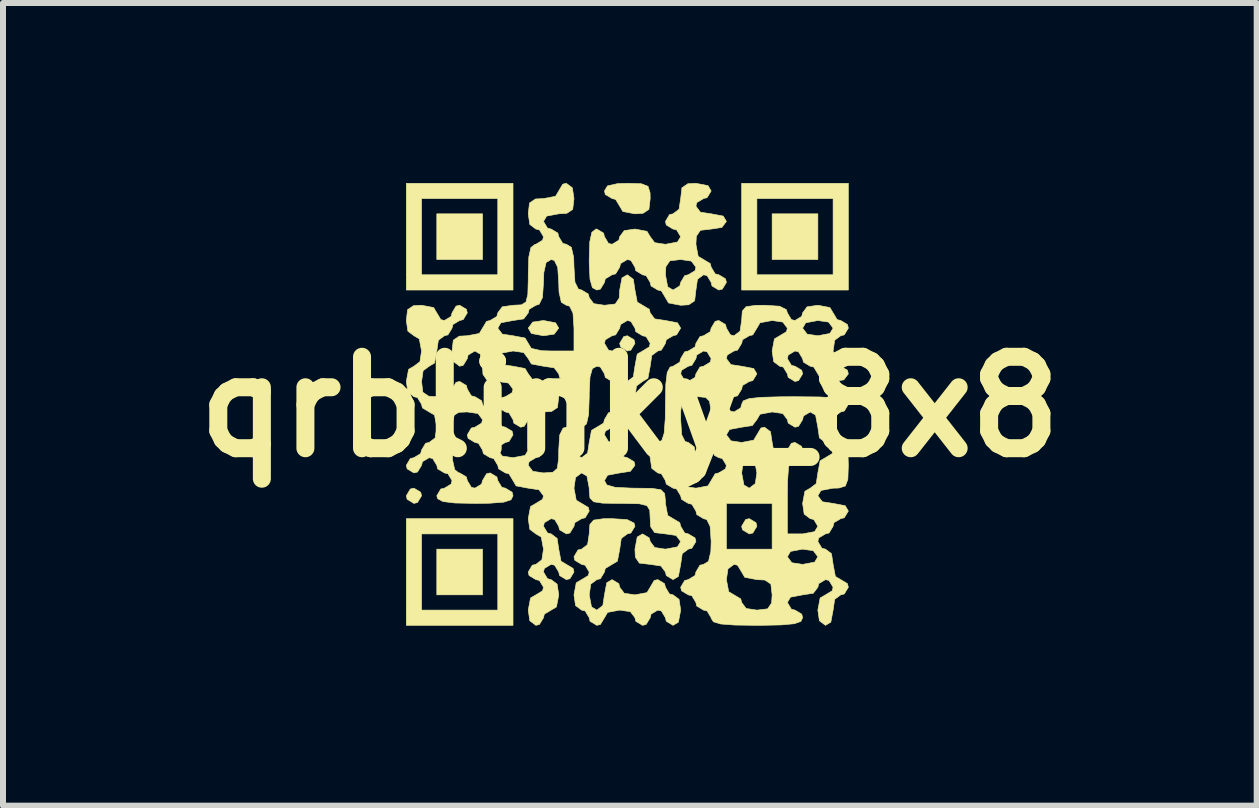
<source format=kicad_pcb>
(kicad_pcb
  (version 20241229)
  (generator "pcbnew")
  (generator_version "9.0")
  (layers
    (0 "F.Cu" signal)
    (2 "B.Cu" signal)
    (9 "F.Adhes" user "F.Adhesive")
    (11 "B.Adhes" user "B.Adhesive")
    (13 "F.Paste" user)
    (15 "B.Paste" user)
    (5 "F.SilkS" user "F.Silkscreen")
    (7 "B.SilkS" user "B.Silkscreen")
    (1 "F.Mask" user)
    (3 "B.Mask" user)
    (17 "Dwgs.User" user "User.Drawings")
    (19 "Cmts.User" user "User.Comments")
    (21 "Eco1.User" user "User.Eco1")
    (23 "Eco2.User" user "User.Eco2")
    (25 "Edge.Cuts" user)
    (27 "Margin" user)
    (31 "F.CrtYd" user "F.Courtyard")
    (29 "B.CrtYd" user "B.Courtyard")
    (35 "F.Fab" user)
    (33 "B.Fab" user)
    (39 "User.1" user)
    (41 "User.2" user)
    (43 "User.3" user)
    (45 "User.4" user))
  (footprint "qrblinky_8x8"
    (layer "F.Cu")
    (at 7.446 3.73)
    (property "Reference" "qrblinky_8x8" (at 0 0 0) (layer "F.SilkS") (effects (font (size 1.524 1.524) (thickness 0.3))))
    (attr through_hole)
    (fp_poly (pts (xy -2.455 -2.455) (xy -3.217 -2.455) (xy -3.217 -3.217) (xy -2.455 -3.217) (xy -2.455 -2.455)) (stroke (width 0.01) (type solid)) (fill yes) (layer "F.SilkS"))
    (fp_poly (pts (xy -2.455 3.133) (xy -3.217 3.133) (xy -3.217 2.371) (xy -2.455 2.371) (xy -2.455 3.133)) (stroke (width 0.01) (type solid)) (fill yes) (layer "F.SilkS"))
    (fp_poly (pts (xy 3.133 -2.455) (xy 2.371 -2.455) (xy 2.371 -3.217) (xy 3.133 -3.217) (xy 3.133 -2.455)) (stroke (width 0.01) (type solid)) (fill yes) (layer "F.SilkS"))
    (fp_poly (pts (xy -3.486 1.422) (xy -3.471 1.482) (xy -3.539 1.594) (xy -3.598 1.609) (xy -3.711 1.541) (xy -3.725 1.482) (xy -3.658 1.369) (xy -3.598 1.355) (xy -3.486 1.422)) (stroke (width 0.01) (type solid)) (fill yes) (layer "F.SilkS"))
    (fp_poly (pts (xy -1.238 -1.401) (xy -1.185 -1.312) (xy -1.261 -1.212) (xy -1.439 -1.185) (xy -1.641 -1.223) (xy -1.693 -1.312) (xy -1.618 -1.413) (xy -1.439 -1.439) (xy -1.238 -1.401)) (stroke (width 0.01) (type solid)) (fill yes) (layer "F.SilkS"))
    (fp_poly (pts (xy 0.07 -1.118) (xy 0.085 -1.058) (xy 0.017 -0.946) (xy -0.042 -0.931) (xy -0.155 -0.999) (xy -0.169 -1.058) (xy -0.102 -1.171) (xy -0.042 -1.185) (xy 0.07 -1.118)) (stroke (width 0.01) (type solid)) (fill yes) (layer "F.SilkS"))
    (fp_poly (pts (xy 2.102 1.93) (xy 2.117 1.99) (xy 2.049 2.102) (xy 1.99 2.117) (xy 1.877 2.049) (xy 1.863 1.99) (xy 1.93 1.877) (xy 1.99 1.863) (xy 2.102 1.93)) (stroke (width 0.01) (type solid)) (fill yes) (layer "F.SilkS"))
    (fp_poly (pts (xy -1.947 -1.947) (xy -3.725 -1.947) (xy -3.725 -3.471) (xy -3.471 -3.471) (xy -3.471 -2.201) (xy -2.201 -2.201) (xy -2.201 -3.471) (xy -3.471 -3.471) (xy -3.725 -3.471) (xy -3.725 -3.725) (xy -1.947 -3.725) (xy -1.947 -1.947)) (stroke (width 0.01) (type solid)) (fill yes) (layer "F.SilkS"))
    (fp_poly (pts (xy -1.947 3.641) (xy -3.725 3.641) (xy -3.725 2.117) (xy -3.471 2.117) (xy -3.471 3.387) (xy -2.201 3.387) (xy -2.201 2.117) (xy -3.471 2.117) (xy -3.725 2.117) (xy -3.725 1.863) (xy -1.947 1.863) (xy -1.947 3.641)) (stroke (width 0.01) (type solid)) (fill yes) (layer "F.SilkS"))
    (fp_poly (pts (xy 3.641 -1.947) (xy 1.863 -1.947) (xy 1.863 -3.471) (xy 2.117 -3.471) (xy 2.117 -2.201) (xy 3.387 -2.201) (xy 3.387 -3.471) (xy 2.117 -3.471) (xy 1.863 -3.471) (xy 1.863 -3.725) (xy 3.641 -3.725) (xy 3.641 -1.947)) (stroke (width 0.01) (type solid)) (fill yes) (layer "F.SilkS"))
    (fp_poly (pts (xy 0.192 -3.718) (xy 0.303 -3.675) (xy 0.337 -3.567) (xy 0.339 -3.471) (xy 0.318 -3.291) (xy 0.219 -3.225) (xy 0.085 -3.217) (xy -0.117 -3.255) (xy -0.169 -3.344) (xy -0.237 -3.457) (xy -0.296 -3.471) (xy -0.409 -3.539) (xy -0.423 -3.598) (xy -0.373 -3.682) (xy -0.204 -3.72) (xy -0.042 -3.725) (xy 0.192 -3.718)) (stroke (width 0.01) (type solid)) (fill yes) (layer "F.SilkS"))
    (fp_poly (pts (xy -0.045 1.879) (xy 0.069 1.936) (xy 0.085 1.99) (xy 0.017 2.102) (xy -0.042 2.117) (xy -0.143 2.192) (xy -0.169 2.371) (xy -0.207 2.572) (xy -0.296 2.625) (xy -0.409 2.692) (xy -0.423 2.752) (xy -0.491 2.864) (xy -0.55 2.879) (xy -0.651 2.954) (xy -0.677 3.133) (xy -0.639 3.334) (xy -0.55 3.387) (xy -0.45 3.311) (xy -0.423 3.133) (xy -0.385 2.931) (xy -0.296 2.879) (xy -0.184 2.946) (xy -0.169 3.006) (xy -0.094 3.106) (xy 0.085 3.133) (xy 0.286 3.095) (xy 0.339 3.006) (xy 0.406 2.893) (xy 0.466 2.879) (xy 0.578 2.946) (xy 0.593 3.006) (xy 0.66 3.118) (xy 0.72 3.133) (xy 0.82 3.208) (xy 0.847 3.387) (xy 0.809 3.588) (xy 0.72 3.641) (xy 0.607 3.573) (xy 0.593 3.514) (xy 0.525 3.401) (xy 0.466 3.387) (xy 0.353 3.454) (xy 0.339 3.514) (xy 0.271 3.626) (xy 0.212 3.641) (xy 0.099 3.573) (xy 0.085 3.514) (xy 0.009 3.413) (xy -0.169 3.387) (xy -0.371 3.425) (xy -0.423 3.514) (xy -0.491 3.626) (xy -0.55 3.641) (xy -0.663 3.573) (xy -0.677 3.514) (xy -0.745 3.401) (xy -0.804 3.387) (xy -0.905 3.311) (xy -0.931 3.133) (xy -0.893 2.931) (xy -0.804 2.879) (xy -0.692 2.811) (xy -0.677 2.752) (xy -0.745 2.639) (xy -0.804 2.625) (xy -0.917 2.557) (xy -0.931 2.498) (xy -0.864 2.385) (xy -0.804 2.371) (xy -0.704 2.295) (xy -0.677 2.117) (xy -0.666 1.96) (xy -0.603 1.887) (xy -0.44 1.864) (xy -0.296 1.863) (xy -0.045 1.879)) (stroke (width 0.01) (type solid)) (fill yes) (layer "F.SilkS"))
    (fp_poly (pts (xy 1.302 -3.687) (xy 1.355 -3.598) (xy 1.287 -3.486) (xy 1.228 -3.471) (xy 1.115 -3.404) (xy 1.101 -3.344) (xy 1.176 -3.244) (xy 1.355 -3.217) (xy 1.556 -3.179) (xy 1.609 -3.09) (xy 1.533 -2.99) (xy 1.355 -2.963) (xy 1.175 -2.942) (xy 1.108 -2.843) (xy 1.101 -2.709) (xy 1.139 -2.508) (xy 1.228 -2.455) (xy 1.34 -2.388) (xy 1.355 -2.328) (xy 1.422 -2.216) (xy 1.482 -2.201) (xy 1.594 -2.134) (xy 1.609 -2.074) (xy 1.541 -1.962) (xy 1.482 -1.947) (xy 1.369 -2.015) (xy 1.355 -2.074) (xy 1.287 -2.187) (xy 1.228 -2.201) (xy 1.127 -2.126) (xy 1.101 -1.947) (xy 1.08 -1.767) (xy 0.981 -1.701) (xy 0.847 -1.693) (xy 0.645 -1.731) (xy 0.593 -1.82) (xy 0.525 -1.933) (xy 0.466 -1.947) (xy 0.353 -2.015) (xy 0.339 -2.074) (xy 0.271 -2.187) (xy 0.212 -2.201) (xy 0.593 -2.201) (xy 0.631 -2) (xy 0.72 -1.947) (xy 0.832 -2.015) (xy 0.847 -2.074) (xy 0.914 -2.187) (xy 0.974 -2.201) (xy 1.086 -2.269) (xy 1.101 -2.328) (xy 1.025 -2.429) (xy 0.847 -2.455) (xy 0.667 -2.434) (xy 0.6 -2.335) (xy 0.593 -2.201) (xy 0.212 -2.201) (xy 0.099 -2.269) (xy 0.085 -2.328) (xy 0.017 -2.441) (xy -0.042 -2.455) (xy -0.155 -2.388) (xy -0.169 -2.328) (xy -0.237 -2.216) (xy -0.296 -2.201) (xy -0.409 -2.134) (xy -0.423 -2.074) (xy -0.491 -1.962) (xy -0.55 -1.947) (xy -0.624 -1.986) (xy -0.664 -2.125) (xy -0.677 -2.394) (xy -0.677 -2.455) (xy -0.668 -2.75) (xy -0.633 -2.909) (xy -0.566 -2.962) (xy -0.55 -2.963) (xy -0.438 -2.896) (xy -0.423 -2.836) (xy -0.356 -2.724) (xy -0.296 -2.709) (xy -0.184 -2.777) (xy -0.169 -2.836) (xy -0.094 -2.937) (xy 0.085 -2.963) (xy 0.286 -2.925) (xy 0.339 -2.836) (xy 0.414 -2.736) (xy 0.593 -2.709) (xy 0.794 -2.747) (xy 0.847 -2.836) (xy 0.779 -2.949) (xy 0.72 -2.963) (xy 0.607 -3.031) (xy 0.593 -3.09) (xy 0.66 -3.203) (xy 0.72 -3.217) (xy 0.82 -3.293) (xy 0.847 -3.471) (xy 0.868 -3.651) (xy 0.967 -3.718) (xy 1.101 -3.725) (xy 1.302 -3.687)) (stroke (width 0.01) (type solid)) (fill yes) (layer "F.SilkS"))
    (fp_poly (pts (xy 3.334 -1.655) (xy 3.387 -1.566) (xy 3.454 -1.454) (xy 3.514 -1.439) (xy 3.626 -1.372) (xy 3.641 -1.312) (xy 3.573 -1.2) (xy 3.514 -1.185) (xy 3.413 -1.11) (xy 3.387 -0.931) (xy 3.425 -0.73) (xy 3.514 -0.677) (xy 3.626 -0.61) (xy 3.641 -0.55) (xy 3.565 -0.45) (xy 3.387 -0.423) (xy 3.185 -0.461) (xy 3.133 -0.55) (xy 3.065 -0.663) (xy 3.006 -0.677) (xy 2.893 -0.745) (xy 2.879 -0.804) (xy 2.811 -0.917) (xy 2.752 -0.931) (xy 2.639 -0.864) (xy 2.625 -0.804) (xy 2.692 -0.692) (xy 2.752 -0.677) (xy 2.864 -0.61) (xy 2.879 -0.55) (xy 2.811 -0.438) (xy 2.752 -0.423) (xy 2.639 -0.491) (xy 2.625 -0.55) (xy 2.557 -0.663) (xy 2.498 -0.677) (xy 2.397 -0.753) (xy 2.371 -0.931) (xy 2.409 -1.133) (xy 2.498 -1.185) (xy 2.61 -1.253) (xy 2.625 -1.312) (xy 2.879 -1.312) (xy 2.954 -1.212) (xy 3.133 -1.185) (xy 3.334 -1.223) (xy 3.387 -1.312) (xy 3.311 -1.413) (xy 3.133 -1.439) (xy 2.931 -1.401) (xy 2.879 -1.312) (xy 2.625 -1.312) (xy 2.549 -1.413) (xy 2.371 -1.439) (xy 2.169 -1.401) (xy 2.117 -1.312) (xy 2.049 -1.2) (xy 1.99 -1.185) (xy 1.877 -1.118) (xy 1.863 -1.058) (xy 1.795 -0.946) (xy 1.736 -0.931) (xy 1.623 -0.864) (xy 1.609 -0.804) (xy 1.684 -0.704) (xy 1.863 -0.677) (xy 2.064 -0.639) (xy 2.117 -0.55) (xy 2.049 -0.438) (xy 1.99 -0.423) (xy 1.877 -0.356) (xy 1.863 -0.296) (xy 1.795 -0.184) (xy 1.736 -0.169) (xy 1.623 -0.102) (xy 1.609 -0.042) (xy 1.676 0.07) (xy 1.736 0.085) (xy 1.848 0.017) (xy 1.863 -0.042) (xy 1.89 -0.1) (xy 1.99 -0.138) (xy 2.19 -0.159) (xy 2.517 -0.168) (xy 2.752 -0.169) (xy 3.158 -0.165) (xy 3.422 -0.151) (xy 3.571 -0.123) (xy 3.634 -0.076) (xy 3.641 -0.042) (xy 3.573 0.07) (xy 3.514 0.085) (xy 3.413 0.16) (xy 3.387 0.339) (xy 3.425 0.54) (xy 3.514 0.593) (xy 3.597 0.643) (xy 3.636 0.812) (xy 3.641 0.974) (xy 3.633 1.208) (xy 3.591 1.319) (xy 3.482 1.353) (xy 3.387 1.355) (xy 3.185 1.393) (xy 3.133 1.482) (xy 3.208 1.582) (xy 3.387 1.609) (xy 3.588 1.647) (xy 3.641 1.736) (xy 3.573 1.848) (xy 3.514 1.863) (xy 3.401 1.93) (xy 3.387 1.99) (xy 3.319 2.102) (xy 3.26 2.117) (xy 3.147 2.184) (xy 3.133 2.244) (xy 3.2 2.356) (xy 3.26 2.371) (xy 3.36 2.446) (xy 3.387 2.625) (xy 3.425 2.826) (xy 3.514 2.879) (xy 3.626 2.946) (xy 3.641 3.006) (xy 3.573 3.118) (xy 3.514 3.133) (xy 3.413 3.208) (xy 3.387 3.387) (xy 3.349 3.588) (xy 3.26 3.641) (xy 3.159 3.565) (xy 3.133 3.387) (xy 3.171 3.185) (xy 3.26 3.133) (xy 3.372 3.065) (xy 3.387 3.006) (xy 3.319 2.893) (xy 3.26 2.879) (xy 3.147 2.946) (xy 3.133 3.006) (xy 3.057 3.106) (xy 2.879 3.133) (xy 2.677 3.171) (xy 2.625 3.26) (xy 2.692 3.372) (xy 2.752 3.387) (xy 2.864 3.454) (xy 2.879 3.514) (xy 2.849 3.576) (xy 2.741 3.614) (xy 2.525 3.634) (xy 2.172 3.641) (xy 2.117 3.641) (xy 1.745 3.636) (xy 1.513 3.618) (xy 1.393 3.582) (xy 1.355 3.523) (xy 1.355 3.514) (xy 1.287 3.401) (xy 1.228 3.387) (xy 1.115 3.319) (xy 1.101 3.26) (xy 1.033 3.147) (xy 0.974 3.133) (xy 0.861 3.065) (xy 0.847 3.006) (xy 0.914 2.893) (xy 0.974 2.879) (xy 1.609 2.879) (xy 1.647 3.08) (xy 1.736 3.133) (xy 1.848 3.2) (xy 1.863 3.26) (xy 1.938 3.36) (xy 2.117 3.387) (xy 2.297 3.366) (xy 2.363 3.267) (xy 2.371 3.133) (xy 2.35 2.953) (xy 2.251 2.886) (xy 2.117 2.879) (xy 1.915 2.841) (xy 1.863 2.752) (xy 1.795 2.639) (xy 1.736 2.625) (xy 1.635 2.7) (xy 1.609 2.879) (xy 0.974 2.879) (xy 1.086 2.811) (xy 1.101 2.752) (xy 1.168 2.639) (xy 1.228 2.625) (xy 1.311 2.575) (xy 1.329 2.498) (xy 2.625 2.498) (xy 2.7 2.598) (xy 2.879 2.625) (xy 3.08 2.587) (xy 3.133 2.498) (xy 3.057 2.397) (xy 2.879 2.371) (xy 2.677 2.409) (xy 2.625 2.498) (xy 1.329 2.498) (xy 1.35 2.405) (xy 1.355 2.244) (xy 1.338 1.993) (xy 1.282 1.878) (xy 1.228 1.863) (xy 1.115 1.795) (xy 1.101 1.736) (xy 1.033 1.623) (xy 0.974 1.609) (xy 1.609 1.609) (xy 1.609 2.371) (xy 2.371 2.371) (xy 2.371 1.609) (xy 1.609 1.609) (xy 0.974 1.609) (xy 0.861 1.541) (xy 0.847 1.482) (xy 0.779 1.369) (xy 0.72 1.355) (xy 0.607 1.287) (xy 0.593 1.228) (xy 0.525 1.115) (xy 0.466 1.101) (xy 0.365 1.025) (xy 0.339 0.847) (xy 0.301 0.645) (xy 0.212 0.593) (xy 0.099 0.525) (xy 0.085 0.466) (xy 0.152 0.353) (xy 0.212 0.339) (xy 0.324 0.406) (xy 0.339 0.466) (xy 0.406 0.578) (xy 0.466 0.593) (xy 0.533 0.559) (xy 0.572 0.439) (xy 0.589 0.212) (xy 0.847 0.212) (xy 0.863 0.463) (xy 0.92 0.577) (xy 0.974 0.593) (xy 1.074 0.668) (xy 1.101 0.847) (xy 1.063 1.048) (xy 0.974 1.101) (xy 0.861 1.168) (xy 0.847 1.228) (xy 0.922 1.328) (xy 1.101 1.355) (xy 1.302 1.317) (xy 1.355 1.228) (xy 1.422 1.115) (xy 1.482 1.101) (xy 1.863 1.101) (xy 1.901 1.302) (xy 1.99 1.355) (xy 2.09 1.279) (xy 2.117 1.101) (xy 2.079 0.899) (xy 1.99 0.847) (xy 1.889 0.922) (xy 1.863 1.101) (xy 1.482 1.101) (xy 1.594 1.033) (xy 1.609 0.974) (xy 1.541 0.861) (xy 1.482 0.847) (xy 1.408 0.808) (xy 1.368 0.669) (xy 1.358 0.466) (xy 1.609 0.466) (xy 1.684 0.566) (xy 1.863 0.593) (xy 2.064 0.555) (xy 2.117 0.466) (xy 2.184 0.353) (xy 2.244 0.339) (xy 2.344 0.414) (xy 2.371 0.593) (xy 2.409 0.794) (xy 2.498 0.847) (xy 2.61 0.779) (xy 2.625 0.72) (xy 2.692 0.607) (xy 2.752 0.593) (xy 2.864 0.66) (xy 2.879 0.72) (xy 2.811 0.832) (xy 2.752 0.847) (xy 2.685 0.88) (xy 2.645 1) (xy 2.628 1.238) (xy 2.625 1.482) (xy 2.625 2.117) (xy 2.879 2.117) (xy 3.08 2.079) (xy 3.133 1.99) (xy 3.065 1.877) (xy 3.006 1.863) (xy 2.905 1.787) (xy 2.879 1.609) (xy 2.917 1.407) (xy 3.006 1.355) (xy 3.106 1.279) (xy 3.133 1.101) (xy 3.171 0.899) (xy 3.26 0.847) (xy 3.372 0.779) (xy 3.387 0.72) (xy 3.319 0.607) (xy 3.26 0.593) (xy 3.159 0.517) (xy 3.133 0.339) (xy 3.095 0.137) (xy 3.006 0.085) (xy 2.893 0.152) (xy 2.879 0.212) (xy 2.811 0.324) (xy 2.752 0.339) (xy 2.639 0.271) (xy 2.625 0.212) (xy 2.549 0.111) (xy 2.371 0.085) (xy 2.169 0.123) (xy 2.117 0.212) (xy 2.041 0.312) (xy 1.863 0.339) (xy 1.661 0.377) (xy 1.609 0.466) (xy 1.358 0.466) (xy 1.355 0.4) (xy 1.355 0.339) (xy 1.351 0.057) (xy 1.328 -0.094) (xy 1.265 -0.157) (xy 1.142 -0.169) (xy 1.101 -0.169) (xy 0.944 -0.158) (xy 0.871 -0.095) (xy 0.848 0.068) (xy 0.847 0.212) (xy 0.589 0.212) (xy 0.59 0.201) (xy 0.593 -0.042) (xy 0.599 -0.377) (xy 0.62 -0.55) (xy 0.847 -0.55) (xy 0.914 -0.438) (xy 0.974 -0.423) (xy 1.086 -0.491) (xy 1.101 -0.55) (xy 1.168 -0.663) (xy 1.228 -0.677) (xy 1.34 -0.745) (xy 1.355 -0.804) (xy 1.287 -0.917) (xy 1.228 -0.931) (xy 1.115 -0.864) (xy 1.101 -0.804) (xy 1.033 -0.692) (xy 0.974 -0.677) (xy 0.861 -0.61) (xy 0.847 -0.55) (xy 0.62 -0.55) (xy 0.623 -0.574) (xy 0.671 -0.663) (xy 0.72 -0.677) (xy 0.832 -0.745) (xy 0.847 -0.804) (xy 0.914 -0.917) (xy 0.974 -0.931) (xy 1.086 -0.999) (xy 1.101 -1.058) (xy 1.168 -1.171) (xy 1.228 -1.185) (xy 1.34 -1.253) (xy 1.355 -1.312) (xy 1.422 -1.425) (xy 1.482 -1.439) (xy 1.594 -1.372) (xy 1.609 -1.312) (xy 1.676 -1.2) (xy 1.736 -1.185) (xy 1.836 -1.261) (xy 1.863 -1.439) (xy 1.874 -1.596) (xy 1.937 -1.669) (xy 2.1 -1.692) (xy 2.244 -1.693) (xy 2.495 -1.677) (xy 2.609 -1.62) (xy 2.625 -1.566) (xy 2.692 -1.454) (xy 2.752 -1.439) (xy 2.864 -1.507) (xy 2.879 -1.566) (xy 2.954 -1.667) (xy 3.133 -1.693) (xy 3.334 -1.655)) (stroke (width 0.01) (type solid)) (fill yes) (layer "F.SilkS"))
    (fp_poly (pts (xy -0.958 -3.65) (xy -0.931 -3.471) (xy -0.952 -3.291) (xy -1.051 -3.225) (xy -1.185 -3.217) (xy -1.387 -3.179) (xy -1.439 -3.09) (xy -1.372 -2.978) (xy -1.312 -2.963) (xy -1.2 -2.896) (xy -1.185 -2.836) (xy -1.118 -2.724) (xy -1.058 -2.709) (xy -0.975 -2.659) (xy -0.936 -2.49) (xy -0.931 -2.328) (xy -0.915 -2.077) (xy -0.858 -1.963) (xy -0.804 -1.947) (xy -0.692 -1.88) (xy -0.677 -1.82) (xy -0.602 -1.72) (xy -0.423 -1.693) (xy -0.243 -1.714) (xy -0.177 -1.813) (xy -0.169 -1.947) (xy -0.131 -2.149) (xy -0.042 -2.201) (xy 0.058 -2.126) (xy 0.085 -1.947) (xy 0.123 -1.746) (xy 0.212 -1.693) (xy 0.324 -1.626) (xy 0.339 -1.566) (xy 0.414 -1.466) (xy 0.593 -1.439) (xy 0.794 -1.401) (xy 0.847 -1.312) (xy 0.779 -1.2) (xy 0.72 -1.185) (xy 0.607 -1.118) (xy 0.593 -1.058) (xy 0.525 -0.946) (xy 0.466 -0.931) (xy 0.365 -0.856) (xy 0.339 -0.677) (xy 0.301 -0.476) (xy 0.212 -0.423) (xy 0.111 -0.348) (xy 0.085 -0.169) (xy 0.047 0.032) (xy -0.042 0.085) (xy -0.155 0.152) (xy -0.169 0.212) (xy -0.237 0.324) (xy -0.296 0.339) (xy -0.409 0.406) (xy -0.423 0.466) (xy -0.356 0.578) (xy -0.296 0.593) (xy -0.184 0.66) (xy -0.169 0.72) (xy -0.102 0.832) (xy -0.042 0.847) (xy 0.07 0.914) (xy 0.085 0.974) (xy 0.009 1.074) (xy -0.169 1.101) (xy -0.371 1.139) (xy -0.423 1.228) (xy -0.384 1.301) (xy -0.246 1.341) (xy 0.023 1.354) (xy 0.085 1.355) (xy 0.366 1.358) (xy 0.518 1.381) (xy 0.58 1.444) (xy 0.593 1.568) (xy 0.593 1.609) (xy 0.631 1.81) (xy 0.72 1.863) (xy 0.832 1.93) (xy 0.847 1.99) (xy 0.914 2.102) (xy 0.974 2.117) (xy 1.086 2.184) (xy 1.101 2.244) (xy 1.033 2.356) (xy 0.974 2.371) (xy 0.873 2.446) (xy 0.847 2.625) (xy 0.809 2.826) (xy 0.72 2.879) (xy 0.607 2.811) (xy 0.593 2.752) (xy 0.517 2.651) (xy 0.339 2.625) (xy 0.159 2.604) (xy 0.092 2.505) (xy 0.085 2.371) (xy 0.123 2.169) (xy 0.212 2.117) (xy 0.324 2.184) (xy 0.339 2.244) (xy 0.414 2.344) (xy 0.593 2.371) (xy 0.794 2.333) (xy 0.847 2.244) (xy 0.771 2.143) (xy 0.593 2.117) (xy 0.413 2.096) (xy 0.346 1.997) (xy 0.339 1.863) (xy 0.332 1.722) (xy 0.285 1.646) (xy 0.159 1.615) (xy -0.087 1.609) (xy -0.169 1.609) (xy -0.451 1.605) (xy -0.602 1.582) (xy -0.665 1.519) (xy -0.677 1.396) (xy -0.677 1.355) (xy -0.715 1.153) (xy -0.804 1.101) (xy -0.905 1.176) (xy -0.931 1.355) (xy -0.893 1.556) (xy -0.804 1.609) (xy -0.692 1.676) (xy -0.677 1.736) (xy -0.745 1.848) (xy -0.804 1.863) (xy -0.917 1.93) (xy -0.931 1.99) (xy -0.999 2.102) (xy -1.058 2.117) (xy -1.171 2.049) (xy -1.185 1.99) (xy -1.253 1.877) (xy -1.312 1.863) (xy -1.425 1.93) (xy -1.439 1.99) (xy -1.372 2.102) (xy -1.312 2.117) (xy -1.212 2.192) (xy -1.185 2.371) (xy -1.147 2.572) (xy -1.058 2.625) (xy -0.946 2.692) (xy -0.931 2.752) (xy -0.999 2.864) (xy -1.058 2.879) (xy -1.171 2.811) (xy -1.185 2.752) (xy -1.253 2.639) (xy -1.312 2.625) (xy -1.425 2.692) (xy -1.439 2.752) (xy -1.372 2.864) (xy -1.312 2.879) (xy -1.212 2.954) (xy -1.185 3.133) (xy -1.223 3.334) (xy -1.312 3.387) (xy -1.425 3.454) (xy -1.439 3.514) (xy -1.507 3.626) (xy -1.566 3.641) (xy -1.667 3.565) (xy -1.693 3.387) (xy -1.655 3.185) (xy -1.566 3.133) (xy -1.454 3.065) (xy -1.439 3.006) (xy -1.507 2.893) (xy -1.566 2.879) (xy -1.679 2.811) (xy -1.693 2.752) (xy -1.626 2.639) (xy -1.566 2.625) (xy -1.466 2.549) (xy -1.439 2.371) (xy -1.477 2.169) (xy -1.566 2.117) (xy -1.667 2.041) (xy -1.693 1.863) (xy -1.655 1.661) (xy -1.566 1.609) (xy -1.454 1.541) (xy -1.439 1.482) (xy -1.515 1.381) (xy -1.693 1.355) (xy -1.895 1.317) (xy -1.947 1.228) (xy -2.015 1.115) (xy -2.074 1.101) (xy -2.187 1.033) (xy -2.201 0.974) (xy -2.269 0.861) (xy -2.328 0.847) (xy -2.441 0.779) (xy -2.455 0.72) (xy -2.523 0.607) (xy -2.582 0.593) (xy -2.695 0.525) (xy -2.709 0.466) (xy -2.642 0.353) (xy -2.582 0.339) (xy -2.47 0.271) (xy -2.455 0.212) (xy -2.531 0.111) (xy -2.709 0.085) (xy -2.85 0.091) (xy -2.926 0.138) (xy -2.957 0.264) (xy -2.963 0.51) (xy -2.963 0.593) (xy -2.954 0.888) (xy -2.919 1.046) (xy -2.852 1.1) (xy -2.836 1.101) (xy -2.724 1.168) (xy -2.709 1.228) (xy -2.642 1.34) (xy -2.582 1.355) (xy -2.47 1.287) (xy -2.455 1.228) (xy -2.388 1.115) (xy -2.328 1.101) (xy -2.216 1.168) (xy -2.201 1.228) (xy -2.134 1.34) (xy -2.074 1.355) (xy -1.962 1.422) (xy -1.947 1.482) (xy -1.981 1.549) (xy -2.101 1.588) (xy -2.339 1.606) (xy -2.582 1.609) (xy -2.917 1.602) (xy -3.114 1.578) (xy -3.203 1.53) (xy -3.217 1.482) (xy -3.15 1.369) (xy -3.09 1.355) (xy -2.978 1.287) (xy -2.963 1.228) (xy -3.031 1.115) (xy -3.09 1.101) (xy -3.203 1.033) (xy -3.217 0.974) (xy -3.285 0.861) (xy -3.344 0.847) (xy -3.457 0.914) (xy -3.471 0.974) (xy -3.539 1.086) (xy -3.598 1.101) (xy -3.711 1.033) (xy -3.725 0.974) (xy -3.658 0.861) (xy -3.598 0.847) (xy -3.486 0.779) (xy -3.471 0.72) (xy -3.404 0.607) (xy -3.344 0.593) (xy -3.244 0.517) (xy -3.217 0.339) (xy -3.255 0.137) (xy -3.344 0.085) (xy -3.457 0.017) (xy -3.471 -0.042) (xy -3.539 -0.155) (xy -3.598 -0.169) (xy -3.699 -0.245) (xy -3.725 -0.423) (xy -3.687 -0.625) (xy -3.598 -0.677) (xy -3.498 -0.753) (xy -3.471 -0.931) (xy -3.509 -1.133) (xy -3.598 -1.185) (xy -3.699 -1.261) (xy -3.725 -1.439) (xy -3.704 -1.619) (xy -3.605 -1.686) (xy -3.471 -1.693) (xy -3.27 -1.655) (xy -3.217 -1.566) (xy -3.15 -1.454) (xy -3.09 -1.439) (xy -2.978 -1.507) (xy -2.963 -1.566) (xy -2.896 -1.679) (xy -2.836 -1.693) (xy -2.724 -1.626) (xy -2.709 -1.566) (xy -2.777 -1.454) (xy -2.836 -1.439) (xy -2.949 -1.372) (xy -2.963 -1.312) (xy -3.031 -1.2) (xy -3.09 -1.185) (xy -3.191 -1.11) (xy -3.217 -0.931) (xy -3.255 -0.73) (xy -3.344 -0.677) (xy -3.445 -0.602) (xy -3.471 -0.423) (xy -3.45 -0.243) (xy -3.351 -0.177) (xy -3.217 -0.169) (xy -3.016 -0.207) (xy -2.963 -0.296) (xy -2.896 -0.409) (xy -2.836 -0.423) (xy -2.724 -0.356) (xy -2.709 -0.296) (xy -2.642 -0.184) (xy -2.582 -0.169) (xy -2.47 -0.102) (xy -2.455 -0.042) (xy -2.388 0.07) (xy -2.328 0.085) (xy -2.216 0.152) (xy -2.201 0.212) (xy -2.134 0.324) (xy -2.074 0.339) (xy -1.962 0.406) (xy -1.947 0.466) (xy -2.015 0.578) (xy -2.074 0.593) (xy -2.187 0.66) (xy -2.201 0.72) (xy -2.126 0.82) (xy -1.947 0.847) (xy -1.746 0.809) (xy -1.693 0.72) (xy -1.626 0.607) (xy -1.566 0.593) (xy -1.454 0.66) (xy -1.439 0.72) (xy -1.507 0.832) (xy -1.566 0.847) (xy -1.679 0.914) (xy -1.693 0.974) (xy -1.618 1.074) (xy -1.439 1.101) (xy -1.283 1.09) (xy -1.209 1.026) (xy -1.187 0.863) (xy -1.185 0.72) (xy -1.177 0.593) (xy -0.931 0.593) (xy -0.893 0.794) (xy -0.804 0.847) (xy -0.704 0.771) (xy -0.677 0.593) (xy -0.639 0.391) (xy -0.55 0.339) (xy -0.438 0.271) (xy -0.423 0.212) (xy -0.356 0.099) (xy -0.296 0.085) (xy -0.196 0.009) (xy -0.169 -0.169) (xy -0.131 -0.371) (xy -0.042 -0.423) (xy 0.058 -0.499) (xy 0.085 -0.677) (xy 0.123 -0.879) (xy 0.212 -0.931) (xy 0.324 -0.999) (xy 0.339 -1.058) (xy 0.271 -1.171) (xy 0.212 -1.185) (xy 0.099 -1.253) (xy 0.085 -1.312) (xy 0.017 -1.425) (xy -0.042 -1.439) (xy -0.155 -1.372) (xy -0.169 -1.312) (xy -0.237 -1.2) (xy -0.296 -1.185) (xy -0.409 -1.118) (xy -0.423 -1.058) (xy -0.356 -0.946) (xy -0.296 -0.931) (xy -0.196 -0.856) (xy -0.169 -0.677) (xy -0.207 -0.476) (xy -0.296 -0.423) (xy -0.409 -0.491) (xy -0.423 -0.55) (xy -0.491 -0.663) (xy -0.55 -0.677) (xy -0.624 -0.638) (xy -0.664 -0.5) (xy -0.677 -0.231) (xy -0.677 -0.169) (xy -0.687 0.126) (xy -0.722 0.284) (xy -0.789 0.338) (xy -0.804 0.339) (xy -0.905 0.414) (xy -0.931 0.593) (xy -1.177 0.593) (xy -1.169 0.469) (xy -1.112 0.354) (xy -1.058 0.339) (xy -0.975 0.289) (xy -0.936 0.119) (xy -0.931 -0.042) (xy -0.948 -0.293) (xy -1.004 -0.408) (xy -1.058 -0.423) (xy -1.171 -0.491) (xy -1.185 -0.55) (xy -1.261 -0.651) (xy -1.439 -0.677) (xy -1.641 -0.715) (xy -1.693 -0.804) (xy -1.769 -0.905) (xy -1.947 -0.931) (xy -2.149 -0.893) (xy -2.201 -0.804) (xy -2.126 -0.704) (xy -1.947 -0.677) (xy -1.746 -0.639) (xy -1.693 -0.55) (xy -1.618 -0.45) (xy -1.439 -0.423) (xy -1.259 -0.402) (xy -1.193 -0.303) (xy -1.185 -0.169) (xy -1.206 0.011) (xy -1.305 0.077) (xy -1.439 0.085) (xy -1.641 0.123) (xy -1.693 0.212) (xy -1.761 0.324) (xy -1.82 0.339) (xy -1.933 0.271) (xy -1.947 0.212) (xy -2.015 0.099) (xy -2.074 0.085) (xy -2.187 0.017) (xy -2.201 -0.042) (xy -2.134 -0.155) (xy -2.074 -0.169) (xy -1.962 -0.237) (xy -1.947 -0.296) (xy -2.023 -0.397) (xy -2.201 -0.423) (xy -2.381 -0.444) (xy -2.448 -0.543) (xy -2.455 -0.677) (xy -2.493 -0.879) (xy -2.582 -0.931) (xy -2.695 -0.864) (xy -2.709 -0.804) (xy -2.777 -0.692) (xy -2.836 -0.677) (xy -2.937 -0.753) (xy -2.963 -0.931) (xy -2.942 -1.111) (xy -2.843 -1.178) (xy -2.709 -1.185) (xy -2.508 -1.223) (xy -2.455 -1.312) (xy -2.201 -1.312) (xy -2.126 -1.212) (xy -1.947 -1.185) (xy -1.746 -1.147) (xy -1.693 -1.058) (xy -1.643 -0.975) (xy -1.474 -0.936) (xy -1.312 -0.931) (xy -0.931 -0.931) (xy -0.931 -1.312) (xy -0.948 -1.563) (xy -1.004 -1.678) (xy -1.058 -1.693) (xy -1.142 -1.743) (xy -1.18 -1.913) (xy -1.185 -2.074) (xy -1.202 -2.325) (xy -1.258 -2.44) (xy -1.312 -2.455) (xy -1.396 -2.405) (xy -1.434 -2.236) (xy -1.439 -2.074) (xy -1.456 -1.823) (xy -1.512 -1.709) (xy -1.566 -1.693) (xy -1.679 -1.626) (xy -1.693 -1.566) (xy -1.769 -1.466) (xy -1.947 -1.439) (xy -2.149 -1.401) (xy -2.201 -1.312) (xy -2.455 -1.312) (xy -2.388 -1.425) (xy -2.328 -1.439) (xy -2.216 -1.507) (xy -2.201 -1.566) (xy -2.126 -1.667) (xy -1.947 -1.693) (xy -1.807 -1.7) (xy -1.731 -1.747) (xy -1.7 -1.873) (xy -1.693 -2.119) (xy -1.693 -2.201) (xy -1.684 -2.496) (xy -1.649 -2.655) (xy -1.582 -2.708) (xy -1.566 -2.709) (xy -1.454 -2.777) (xy -1.439 -2.836) (xy -1.507 -2.949) (xy -1.566 -2.963) (xy -1.667 -3.039) (xy -1.693 -3.217) (xy -1.672 -3.397) (xy -1.573 -3.464) (xy -1.439 -3.471) (xy -1.238 -3.509) (xy -1.185 -3.598) (xy -1.118 -3.711) (xy -1.058 -3.725) (xy -0.958 -3.65)) (stroke (width 0.01) (type solid)) (fill yes) (layer "F.SilkS")))
  (gr_rect
    (start -3 -3)
    (end 17.892 10.376)
    (stroke (width 0.1) (type default))
    (fill no)
    (layer "Edge.Cuts")))
</source>
